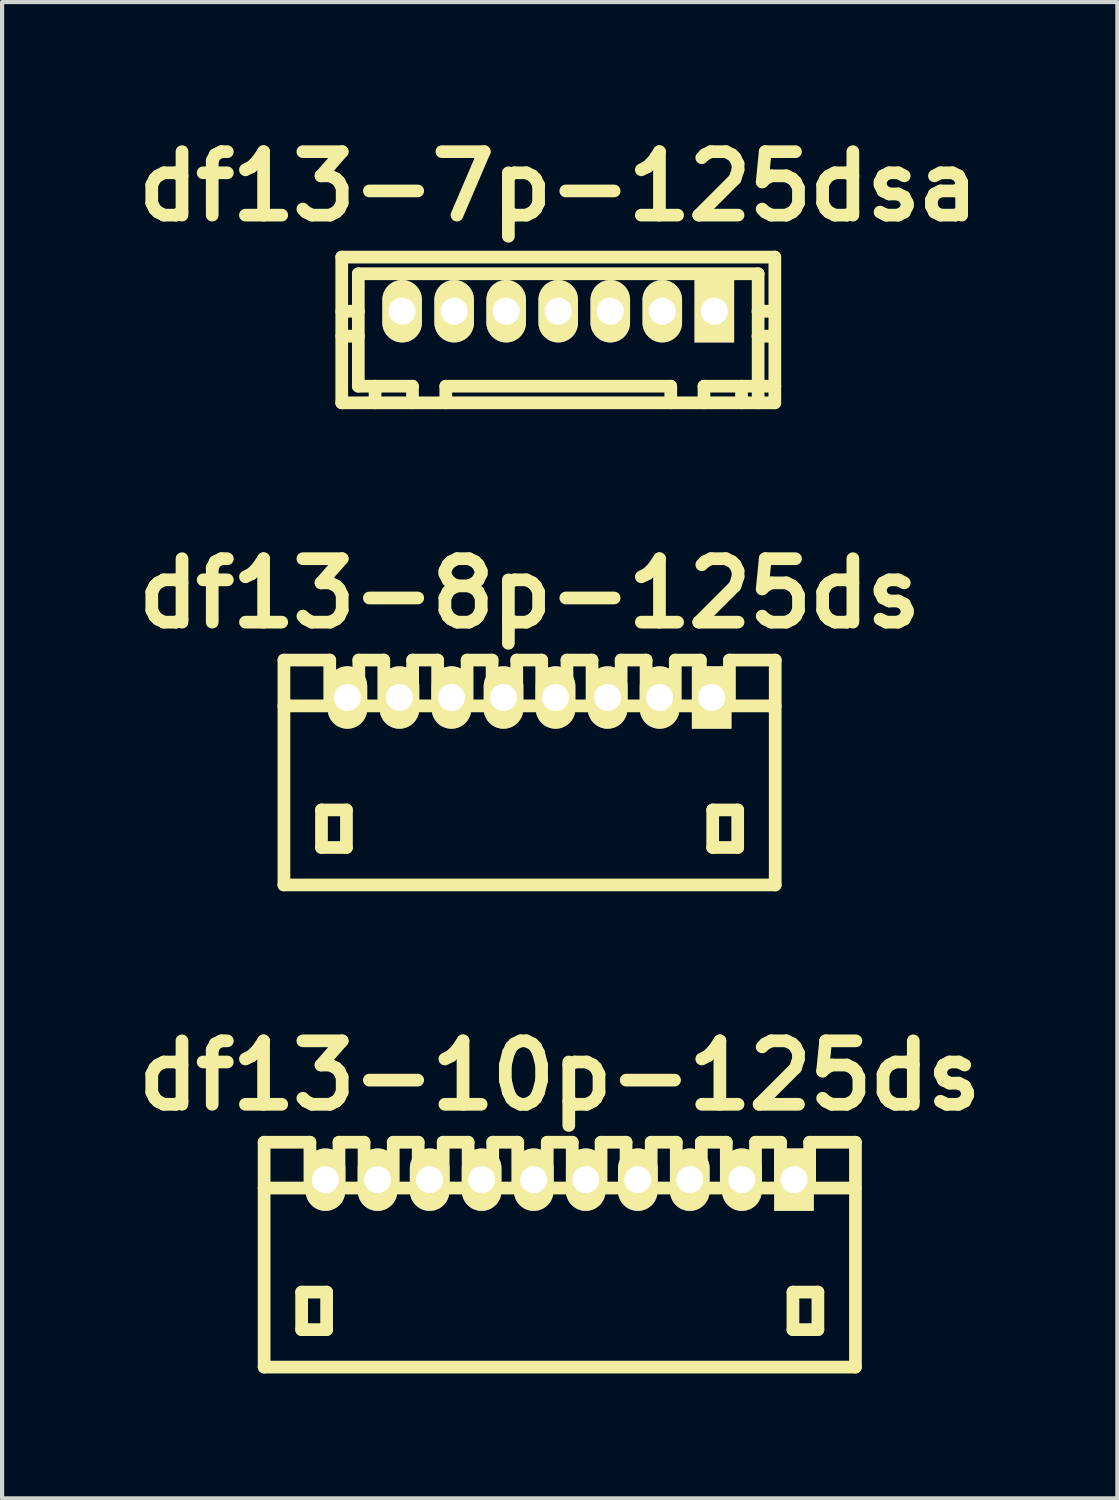
<source format=kicad_pcb>
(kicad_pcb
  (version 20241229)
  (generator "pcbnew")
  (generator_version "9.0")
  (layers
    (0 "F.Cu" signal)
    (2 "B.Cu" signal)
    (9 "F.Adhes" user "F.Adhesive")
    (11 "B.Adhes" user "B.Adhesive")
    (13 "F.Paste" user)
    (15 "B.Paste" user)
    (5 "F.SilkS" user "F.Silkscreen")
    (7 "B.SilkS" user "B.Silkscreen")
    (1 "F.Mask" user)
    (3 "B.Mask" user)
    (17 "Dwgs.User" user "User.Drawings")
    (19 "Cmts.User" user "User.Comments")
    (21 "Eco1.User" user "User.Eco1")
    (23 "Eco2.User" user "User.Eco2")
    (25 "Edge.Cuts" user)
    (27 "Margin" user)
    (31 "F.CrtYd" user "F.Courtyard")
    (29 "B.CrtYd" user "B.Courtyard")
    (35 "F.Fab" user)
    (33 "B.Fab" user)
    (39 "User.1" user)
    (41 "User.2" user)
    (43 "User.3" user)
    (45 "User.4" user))
  (footprint "df13-8p-125ds"
    (layer "F.Cu")
    (at 9.667 15.502)
    (property "Reference" "df13-8p-125ds" (at 0 -4.3 0) (layer "F.SilkS") (effects (font (size 1.524 1.524) (thickness 0.305))))
    (attr through_hole)
    (fp_line (start -5.9 -1.6) (end 5.9 -1.6) (stroke (width 0.305) (type solid)) (layer "F.SilkS"))
    (fp_line (start -5.898 2.7) (end -5.898 -2.7) (stroke (width 0.305) (type solid)) (layer "F.SilkS"))
    (fp_line (start -4.996 0.899) (end -4.996 1.801) (stroke (width 0.305) (type solid)) (layer "F.SilkS"))
    (fp_line (start -4.996 1.801) (end -4.397 1.801) (stroke (width 0.305) (type solid)) (layer "F.SilkS"))
    (fp_line (start -4.798 -2.7) (end -5.898 -2.7) (stroke (width 0.305) (type solid)) (layer "F.SilkS"))
    (fp_line (start -4.798 -1.6) (end -4.798 -2.7) (stroke (width 0.305) (type solid)) (layer "F.SilkS"))
    (fp_line (start -4.397 0.899) (end -4.996 0.899) (stroke (width 0.305) (type solid)) (layer "F.SilkS"))
    (fp_line (start -4.397 1.801) (end -4.397 0.899) (stroke (width 0.305) (type solid)) (layer "F.SilkS"))
    (fp_line (start -4.1 -2.7) (end -4.1 -1.6) (stroke (width 0.305) (type solid)) (layer "F.SilkS"))
    (fp_line (start -3.5 -2.7) (end -4.1 -2.7) (stroke (width 0.305) (type solid)) (layer "F.SilkS"))
    (fp_line (start -3.5 -1.6) (end -3.5 -2.7) (stroke (width 0.305) (type solid)) (layer "F.SilkS"))
    (fp_line (start -2.807 -1.6) (end -2.807 -2.7) (stroke (width 0.305) (type solid)) (layer "F.SilkS"))
    (fp_line (start -2.207 -2.7) (end -2.807 -2.7) (stroke (width 0.305) (type solid)) (layer "F.SilkS"))
    (fp_line (start -2.207 -1.6) (end -2.207 -2.7) (stroke (width 0.305) (type solid)) (layer "F.SilkS"))
    (fp_line (start -1.499 -2.7) (end -0.899 -2.7) (stroke (width 0.305) (type solid)) (layer "F.SilkS"))
    (fp_line (start -1.499 -1.6) (end -1.499 -2.7) (stroke (width 0.305) (type solid)) (layer "F.SilkS"))
    (fp_line (start -0.899 -2.7) (end -0.899 -1.6) (stroke (width 0.305) (type solid)) (layer "F.SilkS"))
    (fp_line (start -0.307 -2.7) (end 0.292 -2.7) (stroke (width 0.305) (type solid)) (layer "F.SilkS"))
    (fp_line (start -0.307 -1.6) (end -0.307 -2.7) (stroke (width 0.305) (type solid)) (layer "F.SilkS"))
    (fp_line (start 0.292 -2.7) (end 0.292 -1.6) (stroke (width 0.305) (type solid)) (layer "F.SilkS"))
    (fp_line (start 0.899 -2.7) (end 1.501 -2.7) (stroke (width 0.305) (type solid)) (layer "F.SilkS"))
    (fp_line (start 0.899 -1.6) (end 0.899 -2.7) (stroke (width 0.305) (type solid)) (layer "F.SilkS"))
    (fp_line (start 1.501 -2.7) (end 1.501 -1.6) (stroke (width 0.305) (type solid)) (layer "F.SilkS"))
    (fp_line (start 2.2 -2.7) (end 2.799 -2.7) (stroke (width 0.305) (type solid)) (layer "F.SilkS"))
    (fp_line (start 2.2 -1.6) (end 2.2 -2.7) (stroke (width 0.305) (type solid)) (layer "F.SilkS"))
    (fp_line (start 2.799 -2.7) (end 2.799 -1.6) (stroke (width 0.305) (type solid)) (layer "F.SilkS"))
    (fp_line (start 3.5 -2.7) (end 4.102 -2.7) (stroke (width 0.305) (type solid)) (layer "F.SilkS"))
    (fp_line (start 3.5 -1.6) (end 3.5 -2.7) (stroke (width 0.305) (type solid)) (layer "F.SilkS"))
    (fp_line (start 4.102 -2.7) (end 4.102 -1.6) (stroke (width 0.305) (type solid)) (layer "F.SilkS"))
    (fp_line (start 4.399 0.899) (end 4.999 0.899) (stroke (width 0.305) (type solid)) (layer "F.SilkS"))
    (fp_line (start 4.399 1.801) (end 4.399 0.899) (stroke (width 0.305) (type solid)) (layer "F.SilkS"))
    (fp_line (start 4.801 -1.6) (end 4.801 -2.7) (stroke (width 0.305) (type solid)) (layer "F.SilkS"))
    (fp_line (start 4.999 0.899) (end 4.999 1.801) (stroke (width 0.305) (type solid)) (layer "F.SilkS"))
    (fp_line (start 4.999 1.801) (end 4.399 1.801) (stroke (width 0.305) (type solid)) (layer "F.SilkS"))
    (fp_line (start 5.9 -2.7) (end 4.801 -2.7) (stroke (width 0.305) (type solid)) (layer "F.SilkS"))
    (fp_line (start 5.9 2.7) (end -5.9 2.7) (stroke (width 0.305) (type solid)) (layer "F.SilkS"))
    (fp_line (start 5.9 2.7) (end 5.9 -2.7) (stroke (width 0.305) (type solid)) (layer "F.SilkS"))
    (pad "1" thru_hole rect (at 4.374 -1.801) (size 0.95 1.499) (drill 0.648) (layers "*.Cu" "*.Mask" "F.SilkS"))
    (pad "2" thru_hole oval (at 3.124 -1.801) (size 0.95 1.499) (drill 0.648) (layers "*.Cu" "*.Mask" "F.SilkS"))
    (pad "3" thru_hole oval (at 1.875 -1.801) (size 0.95 1.499) (drill 0.648) (layers "*.Cu" "*.Mask" "F.SilkS"))
    (pad "4" thru_hole oval (at 0.625 -1.801) (size 0.95 1.499) (drill 0.648) (layers "*.Cu" "*.Mask" "F.SilkS"))
    (pad "5" thru_hole oval (at -0.625 -1.801) (size 0.95 1.499) (drill 0.648) (layers "*.Cu" "*.Mask" "F.SilkS"))
    (pad "6" thru_hole oval (at -1.875 -1.801) (size 0.95 1.499) (drill 0.648) (layers "*.Cu" "*.Mask" "F.SilkS"))
    (pad "7" thru_hole oval (at -3.124 -1.801) (size 0.95 1.499) (drill 0.648) (layers "*.Cu" "*.Mask" "F.SilkS"))
    (pad "8" thru_hole oval (at -4.374 -1.801) (size 0.95 1.499) (drill 0.648) (layers "*.Cu" "*.Mask" "F.SilkS")))
  (footprint "df13-10p-125ds"
    (layer "F.Cu")
    (at 10.392 27.081)
    (property "Reference" "df13-10p-125ds" (at 0 -4.3 0) (layer "F.SilkS") (effects (font (size 1.524 1.524) (thickness 0.305))))
    (attr through_hole)
    (fp_line (start -7.099 2.7) (end -7.099 -2.7) (stroke (width 0.305) (type solid)) (layer "F.SilkS"))
    (fp_line (start -7.099 2.7) (end 7.099 2.7) (stroke (width 0.305) (type solid)) (layer "F.SilkS"))
    (fp_line (start -6.198 0.899) (end -6.198 1.801) (stroke (width 0.305) (type solid)) (layer "F.SilkS"))
    (fp_line (start -6.198 1.801) (end -5.598 1.801) (stroke (width 0.305) (type solid)) (layer "F.SilkS"))
    (fp_line (start -5.999 -2.7) (end -7.099 -2.7) (stroke (width 0.305) (type solid)) (layer "F.SilkS"))
    (fp_line (start -5.999 -1.6) (end -5.999 -2.7) (stroke (width 0.305) (type solid)) (layer "F.SilkS"))
    (fp_line (start -5.598 0.899) (end -6.198 0.899) (stroke (width 0.305) (type solid)) (layer "F.SilkS"))
    (fp_line (start -5.598 1.801) (end -5.598 0.899) (stroke (width 0.305) (type solid)) (layer "F.SilkS"))
    (fp_line (start -5.301 -2.7) (end -5.301 -1.6) (stroke (width 0.305) (type solid)) (layer "F.SilkS"))
    (fp_line (start -4.699 -2.7) (end -5.301 -2.7) (stroke (width 0.305) (type solid)) (layer "F.SilkS"))
    (fp_line (start -4.699 -2.7) (end -4.699 -1.6) (stroke (width 0.305) (type solid)) (layer "F.SilkS"))
    (fp_line (start -3.998 -2.7) (end -3.998 -1.6) (stroke (width 0.305) (type solid)) (layer "F.SilkS"))
    (fp_line (start -3.399 -2.7) (end -3.998 -2.7) (stroke (width 0.305) (type solid)) (layer "F.SilkS"))
    (fp_line (start -3.399 -2.7) (end -3.399 -1.6) (stroke (width 0.305) (type solid)) (layer "F.SilkS"))
    (fp_line (start -2.799 -2.7) (end -2.799 -1.6) (stroke (width 0.305) (type solid)) (layer "F.SilkS"))
    (fp_line (start -2.2 -2.7) (end -2.799 -2.7) (stroke (width 0.305) (type solid)) (layer "F.SilkS"))
    (fp_line (start -2.2 -1.6) (end -2.2 -2.7) (stroke (width 0.305) (type solid)) (layer "F.SilkS"))
    (fp_line (start -1.608 -1.6) (end -1.608 -2.7) (stroke (width 0.305) (type solid)) (layer "F.SilkS"))
    (fp_line (start -1.008 -2.7) (end -1.608 -2.7) (stroke (width 0.305) (type solid)) (layer "F.SilkS"))
    (fp_line (start -1.008 -1.6) (end -1.008 -2.7) (stroke (width 0.305) (type solid)) (layer "F.SilkS"))
    (fp_line (start -0.3 -2.7) (end 0.3 -2.7) (stroke (width 0.305) (type solid)) (layer "F.SilkS"))
    (fp_line (start -0.3 -1.6) (end -0.3 -2.7) (stroke (width 0.305) (type solid)) (layer "F.SilkS"))
    (fp_line (start 0.3 -2.7) (end 0.3 -1.6) (stroke (width 0.305) (type solid)) (layer "F.SilkS"))
    (fp_line (start 0.993 -2.7) (end 1.593 -2.7) (stroke (width 0.305) (type solid)) (layer "F.SilkS"))
    (fp_line (start 0.993 -1.6) (end 0.993 -2.7) (stroke (width 0.305) (type solid)) (layer "F.SilkS"))
    (fp_line (start 1.593 -2.7) (end 1.593 -1.6) (stroke (width 0.305) (type solid)) (layer "F.SilkS"))
    (fp_line (start 2.197 -2.7) (end 2.799 -2.7) (stroke (width 0.305) (type solid)) (layer "F.SilkS"))
    (fp_line (start 2.197 -1.6) (end 2.197 -2.7) (stroke (width 0.305) (type solid)) (layer "F.SilkS"))
    (fp_line (start 2.799 -2.7) (end 2.799 -1.6) (stroke (width 0.305) (type solid)) (layer "F.SilkS"))
    (fp_line (start 3.401 -2.7) (end 4 -2.7) (stroke (width 0.305) (type solid)) (layer "F.SilkS"))
    (fp_line (start 3.401 -1.6) (end 3.401 -2.7) (stroke (width 0.305) (type solid)) (layer "F.SilkS"))
    (fp_line (start 4 -2.7) (end 4 -1.6) (stroke (width 0.305) (type solid)) (layer "F.SilkS"))
    (fp_line (start 4.702 -2.7) (end 5.304 -2.7) (stroke (width 0.305) (type solid)) (layer "F.SilkS"))
    (fp_line (start 4.702 -1.6) (end 4.702 -2.7) (stroke (width 0.305) (type solid)) (layer "F.SilkS"))
    (fp_line (start 5.304 -2.7) (end 5.304 -1.6) (stroke (width 0.305) (type solid)) (layer "F.SilkS"))
    (fp_line (start 5.601 0.899) (end 6.2 0.899) (stroke (width 0.305) (type solid)) (layer "F.SilkS"))
    (fp_line (start 5.601 1.801) (end 5.601 0.899) (stroke (width 0.305) (type solid)) (layer "F.SilkS"))
    (fp_line (start 6.002 -1.6) (end 6.002 -2.7) (stroke (width 0.305) (type solid)) (layer "F.SilkS"))
    (fp_line (start 6.2 0.899) (end 6.2 1.801) (stroke (width 0.305) (type solid)) (layer "F.SilkS"))
    (fp_line (start 6.2 1.801) (end 5.601 1.801) (stroke (width 0.305) (type solid)) (layer "F.SilkS"))
    (fp_line (start 7.099 -1.6) (end -7.099 -1.6) (stroke (width 0.305) (type solid)) (layer "F.SilkS"))
    (fp_line (start 7.102 -2.7) (end 6.002 -2.7) (stroke (width 0.305) (type solid)) (layer "F.SilkS"))
    (fp_line (start 7.102 2.7) (end 7.102 -2.7) (stroke (width 0.305) (type solid)) (layer "F.SilkS"))
    (pad "1" thru_hole rect (at 5.626 -1.801) (size 0.95 1.499) (drill 0.648) (layers "*.Cu" "*.Mask" "F.SilkS"))
    (pad "2" thru_hole oval (at 4.374 -1.801) (size 0.95 1.499) (drill 0.648) (layers "*.Cu" "*.Mask" "F.SilkS"))
    (pad "3" thru_hole oval (at 3.124 -1.801) (size 0.95 1.499) (drill 0.648) (layers "*.Cu" "*.Mask" "F.SilkS"))
    (pad "4" thru_hole oval (at 1.875 -1.801) (size 0.95 1.499) (drill 0.648) (layers "*.Cu" "*.Mask" "F.SilkS"))
    (pad "5" thru_hole oval (at 0.625 -1.801) (size 0.95 1.499) (drill 0.648) (layers "*.Cu" "*.Mask" "F.SilkS"))
    (pad "6" thru_hole oval (at -0.625 -1.801) (size 0.95 1.499) (drill 0.648) (layers "*.Cu" "*.Mask" "F.SilkS"))
    (pad "7" thru_hole oval (at -1.875 -1.801) (size 0.95 1.499) (drill 0.648) (layers "*.Cu" "*.Mask" "F.SilkS"))
    (pad "8" thru_hole oval (at -3.124 -1.801) (size 0.95 1.499) (drill 0.648) (layers "*.Cu" "*.Mask" "F.SilkS"))
    (pad "9" thru_hole oval (at -4.374 -1.801) (size 0.95 1.499) (drill 0.648) (layers "*.Cu" "*.Mask" "F.SilkS"))
    (pad "10" thru_hole oval (at -5.626 -1.801) (size 0.95 1.499) (drill 0.648) (layers "*.Cu" "*.Mask" "F.SilkS")))
  (footprint "df13-7p-125dsa"
    (layer "F.Cu")
    (at 10.356 4.424)
    (property "Reference" "df13-7p-125dsa" (at 0 -2.997 0) (layer "F.SilkS") (effects (font (size 1.524 1.524) (thickness 0.305))))
    (attr through_hole)
    (fp_line (start -5.199 -1.3) (end 5.199 -1.3) (stroke (width 0.305) (type solid)) (layer "F.SilkS"))
    (fp_line (start -5.199 2.2) (end -5.199 -1.3) (stroke (width 0.305) (type solid)) (layer "F.SilkS"))
    (fp_line (start -4.801 -0.899) (end -4.801 1.801) (stroke (width 0.305) (type solid)) (layer "F.SilkS"))
    (fp_line (start -4.798 0) (end -5.199 0) (stroke (width 0.305) (type solid)) (layer "F.SilkS"))
    (fp_line (start -4.798 0.599) (end -5.199 0.599) (stroke (width 0.305) (type solid)) (layer "F.SilkS"))
    (fp_line (start -4.399 1.801) (end -4.399 2.2) (stroke (width 0.305) (type solid)) (layer "F.SilkS"))
    (fp_line (start -3.8 -0.099) (end -3.8 0.099) (stroke (width 0.305) (type solid)) (layer "F.SilkS"))
    (fp_line (start -3.8 0.099) (end -3.599 0.099) (stroke (width 0.305) (type solid)) (layer "F.SilkS"))
    (fp_line (start -3.599 -0.099) (end -3.8 -0.099) (stroke (width 0.305) (type solid)) (layer "F.SilkS"))
    (fp_line (start -3.599 0.099) (end -3.599 -0.099) (stroke (width 0.305) (type solid)) (layer "F.SilkS"))
    (fp_line (start -3.5 1.801) (end -4.801 1.801) (stroke (width 0.305) (type solid)) (layer "F.SilkS"))
    (fp_line (start -3.5 1.801) (end -3.5 2.2) (stroke (width 0.305) (type solid)) (layer "F.SilkS"))
    (fp_line (start -2.7 1.801) (end 2.7 1.801) (stroke (width 0.305) (type solid)) (layer "F.SilkS"))
    (fp_line (start -2.7 2.2) (end -2.7 1.801) (stroke (width 0.305) (type solid)) (layer "F.SilkS"))
    (fp_line (start -2.601 -0.099) (end -2.4 -0.099) (stroke (width 0.305) (type solid)) (layer "F.SilkS"))
    (fp_line (start -2.601 0.099) (end -2.601 -0.099) (stroke (width 0.305) (type solid)) (layer "F.SilkS"))
    (fp_line (start -2.4 -0.099) (end -2.4 0.099) (stroke (width 0.305) (type solid)) (layer "F.SilkS"))
    (fp_line (start -2.4 0.099) (end -2.601 0.099) (stroke (width 0.305) (type solid)) (layer "F.SilkS"))
    (fp_line (start -1.4 -0.099) (end -1.199 -0.099) (stroke (width 0.305) (type solid)) (layer "F.SilkS"))
    (fp_line (start -1.4 0.099) (end -1.4 -0.099) (stroke (width 0.305) (type solid)) (layer "F.SilkS"))
    (fp_line (start -1.199 -0.099) (end -1.199 0.099) (stroke (width 0.305) (type solid)) (layer "F.SilkS"))
    (fp_line (start -1.199 0.099) (end -1.4 0.099) (stroke (width 0.305) (type solid)) (layer "F.SilkS"))
    (fp_line (start -0.099 -0.099) (end 0.099 -0.099) (stroke (width 0.305) (type solid)) (layer "F.SilkS"))
    (fp_line (start -0.099 0.099) (end -0.099 -0.099) (stroke (width 0.305) (type solid)) (layer "F.SilkS"))
    (fp_line (start 0.099 -0.099) (end 0.099 0.099) (stroke (width 0.305) (type solid)) (layer "F.SilkS"))
    (fp_line (start 0.099 0.099) (end -0.099 0.099) (stroke (width 0.305) (type solid)) (layer "F.SilkS"))
    (fp_line (start 1.199 -0.099) (end 1.4 -0.099) (stroke (width 0.305) (type solid)) (layer "F.SilkS"))
    (fp_line (start 1.199 0.099) (end 1.199 -0.099) (stroke (width 0.305) (type solid)) (layer "F.SilkS"))
    (fp_line (start 1.4 -0.099) (end 1.4 0.099) (stroke (width 0.305) (type solid)) (layer "F.SilkS"))
    (fp_line (start 1.4 0.099) (end 1.199 0.099) (stroke (width 0.305) (type solid)) (layer "F.SilkS"))
    (fp_line (start 2.4 -0.099) (end 2.601 -0.099) (stroke (width 0.305) (type solid)) (layer "F.SilkS"))
    (fp_line (start 2.4 0.099) (end 2.4 -0.099) (stroke (width 0.305) (type solid)) (layer "F.SilkS"))
    (fp_line (start 2.601 -0.099) (end 2.601 0.099) (stroke (width 0.305) (type solid)) (layer "F.SilkS"))
    (fp_line (start 2.601 0.099) (end 2.4 0.099) (stroke (width 0.305) (type solid)) (layer "F.SilkS"))
    (fp_line (start 2.703 2.2) (end 2.703 1.801) (stroke (width 0.305) (type solid)) (layer "F.SilkS"))
    (fp_line (start 3.5 1.801) (end 3.5 2.2) (stroke (width 0.305) (type solid)) (layer "F.SilkS"))
    (fp_line (start 3.5 1.801) (end 5.202 1.801) (stroke (width 0.305) (type solid)) (layer "F.SilkS"))
    (fp_line (start 3.599 -0.099) (end 3.8 -0.099) (stroke (width 0.305) (type solid)) (layer "F.SilkS"))
    (fp_line (start 3.599 0.099) (end 3.599 -0.099) (stroke (width 0.305) (type solid)) (layer "F.SilkS"))
    (fp_line (start 3.8 -0.099) (end 3.8 0.099) (stroke (width 0.305) (type solid)) (layer "F.SilkS"))
    (fp_line (start 3.8 0.099) (end 3.599 0.099) (stroke (width 0.305) (type solid)) (layer "F.SilkS"))
    (fp_line (start 4.402 1.801) (end 4.402 2.2) (stroke (width 0.305) (type solid)) (layer "F.SilkS"))
    (fp_line (start 4.796 0) (end 5.197 0) (stroke (width 0.305) (type solid)) (layer "F.SilkS"))
    (fp_line (start 4.801 -0.899) (end -4.801 -0.899) (stroke (width 0.305) (type solid)) (layer "F.SilkS"))
    (fp_line (start 4.801 -0.899) (end 4.801 2.2) (stroke (width 0.305) (type solid)) (layer "F.SilkS"))
    (fp_line (start 5.197 0.599) (end 4.796 0.599) (stroke (width 0.305) (type solid)) (layer "F.SilkS"))
    (fp_line (start 5.199 2.2) (end -5.199 2.2) (stroke (width 0.305) (type solid)) (layer "F.SilkS"))
    (fp_line (start 5.202 -1.3) (end 5.202 2.2) (stroke (width 0.305) (type solid)) (layer "F.SilkS"))
    (pad "1" thru_hole rect (at 3.749 0) (size 0.95 1.499) (drill 0.648) (layers "*.Cu" "*.Mask" "F.SilkS"))
    (pad "2" thru_hole oval (at 2.499 0) (size 0.95 1.499) (drill 0.648) (layers "*.Cu" "*.Mask" "F.SilkS"))
    (pad "3" thru_hole oval (at 1.25 0) (size 0.95 1.499) (drill 0.648) (layers "*.Cu" "*.Mask" "F.SilkS"))
    (pad "4" thru_hole oval (at 0 0) (size 0.95 1.499) (drill 0.648) (layers "*.Cu" "*.Mask" "F.SilkS"))
    (pad "5" thru_hole oval (at -1.25 0) (size 0.95 1.499) (drill 0.648) (layers "*.Cu" "*.Mask" "F.SilkS"))
    (pad "6" thru_hole oval (at -2.499 0) (size 0.95 1.499) (drill 0.648) (layers "*.Cu" "*.Mask" "F.SilkS"))
    (pad "7" thru_hole oval (at -3.749 0) (size 0.95 1.499) (drill 0.648) (layers "*.Cu" "*.Mask" "F.SilkS")))
  (gr_rect
    (start -3 -3)
    (end 23.784 32.934)
    (stroke (width 0.1) (type default))
    (fill no)
    (layer "Edge.Cuts")))
</source>
